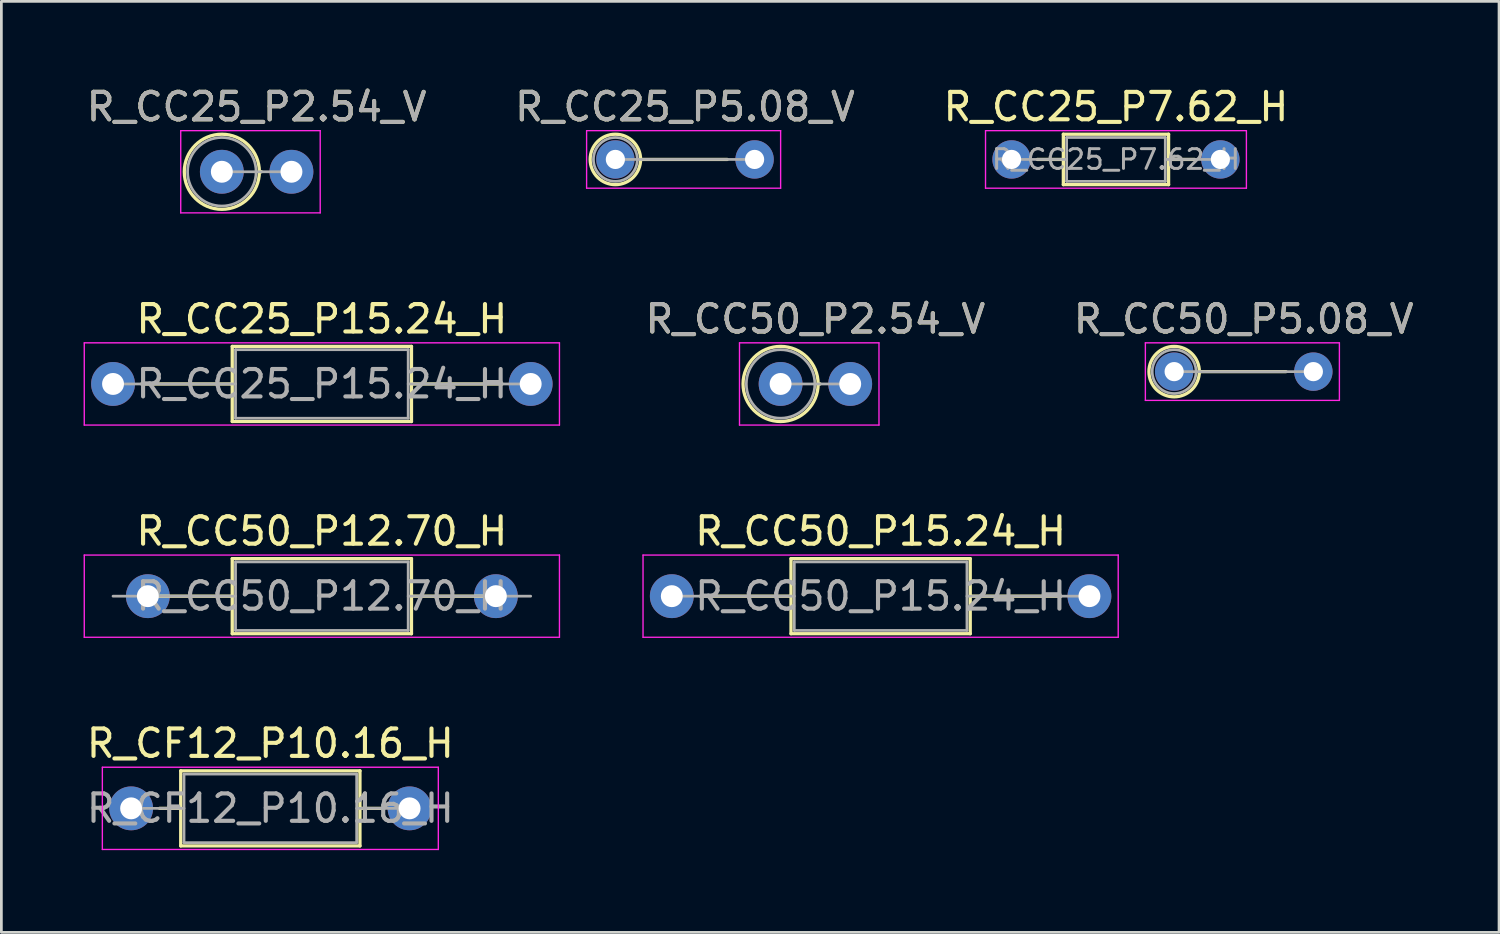
<source format=kicad_pcb>
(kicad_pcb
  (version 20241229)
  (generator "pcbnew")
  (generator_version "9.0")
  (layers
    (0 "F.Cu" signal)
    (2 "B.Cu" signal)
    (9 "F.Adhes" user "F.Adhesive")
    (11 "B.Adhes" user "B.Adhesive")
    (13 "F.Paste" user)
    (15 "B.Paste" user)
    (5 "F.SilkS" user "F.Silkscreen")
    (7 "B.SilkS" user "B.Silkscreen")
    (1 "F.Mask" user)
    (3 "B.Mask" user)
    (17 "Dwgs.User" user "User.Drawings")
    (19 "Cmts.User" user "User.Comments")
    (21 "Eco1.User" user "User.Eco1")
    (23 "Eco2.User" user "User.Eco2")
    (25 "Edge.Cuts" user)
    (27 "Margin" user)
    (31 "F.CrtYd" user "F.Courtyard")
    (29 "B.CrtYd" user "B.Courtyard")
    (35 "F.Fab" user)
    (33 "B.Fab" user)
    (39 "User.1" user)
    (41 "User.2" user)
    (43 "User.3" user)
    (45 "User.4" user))
  (footprint "R_CC25_P5.08_V"
    (layer "F.Cu")
    (at 21.946 2.768)
    (property "Reference" "R_CC25_P5.08_V" (at 0 -1.92 0) (layer "F.SilkS") (effects (font (size 1 1) (thickness 0.15))))
    (attr through_hole)
    (fp_line (start -1.62 0) (end 1.54 0) (stroke (width 0.12) (type solid)) (layer "F.SilkS"))
    (fp_circle (center -2.54 0) (end -1.62 0) (stroke (width 0.12) (type solid)) (fill no) (layer "F.SilkS"))
    (fp_line (start -3.59 -1.05) (end -3.59 1.05) (stroke (width 0.05) (type solid)) (layer "F.CrtYd"))
    (fp_line (start -3.59 1.05) (end 3.49 1.05) (stroke (width 0.05) (type solid)) (layer "F.CrtYd"))
    (fp_line (start 3.49 -1.05) (end -3.59 -1.05) (stroke (width 0.05) (type solid)) (layer "F.CrtYd"))
    (fp_line (start 3.49 1.05) (end 3.49 -1.05) (stroke (width 0.05) (type solid)) (layer "F.CrtYd"))
    (fp_line (start -2.54 0) (end 2.54 0) (stroke (width 0.1) (type solid)) (layer "F.Fab"))
    (fp_circle (center -2.54 0) (end -1.74 0) (stroke (width 0.1) (type solid)) (fill no) (layer "F.Fab"))
    (fp_text user "${REFERENCE}" (at 0 -1.92 0) (layer "F.Fab") (effects (font (size 1 1) (thickness 0.15))))
    (pad "1" thru_hole circle (at -2.54 0) (size 1.4 1.4) (drill 0.7) (layers "*.Cu" "*.Mask"))
    (pad "2" thru_hole oval (at 2.54 0) (size 1.4 1.4) (drill 0.7) (layers "*.Cu" "*.Mask")))
  (footprint "R_CC50_P2.54_V"
    (layer "F.Cu")
    (at 26.705 10.961)
    (property "Reference" "R_CC50_P2.54_V" (at 0 -2.37 0) (layer "F.SilkS") (effects (font (size 1 1) (thickness 0.15))))
    (attr through_hole)
    (fp_line (start 0.1 0) (end 0.17 0) (stroke (width 0.12) (type solid)) (layer "F.SilkS"))
    (fp_circle (center -1.27 0) (end 0.1 0) (stroke (width 0.12) (type solid)) (fill no) (layer "F.SilkS"))
    (fp_line (start -2.77 -1.5) (end -2.77 1.5) (stroke (width 0.05) (type solid)) (layer "F.CrtYd"))
    (fp_line (start -2.77 1.5) (end 2.32 1.5) (stroke (width 0.05) (type solid)) (layer "F.CrtYd"))
    (fp_line (start 2.32 -1.5) (end -2.77 -1.5) (stroke (width 0.05) (type solid)) (layer "F.CrtYd"))
    (fp_line (start 2.32 1.5) (end 2.32 -1.5) (stroke (width 0.05) (type solid)) (layer "F.CrtYd"))
    (fp_line (start -1.27 0) (end 1.27 0) (stroke (width 0.1) (type solid)) (layer "F.Fab"))
    (fp_circle (center -1.27 0) (end -0.02 0) (stroke (width 0.1) (type solid)) (fill no) (layer "F.Fab"))
    (fp_text user "${REFERENCE}" (at 0 -2.37 0) (layer "F.Fab") (effects (font (size 1 1) (thickness 0.15))))
    (pad "1" thru_hole circle (at -1.27 0) (size 1.6 1.6) (drill 0.8) (layers "*.Cu" "*.Mask"))
    (pad "2" thru_hole oval (at 1.27 0) (size 1.6 1.6) (drill 0.8) (layers "*.Cu" "*.Mask")))
  (footprint "R_CC50_P5.08_V"
    (layer "F.Cu")
    (at 42.336 10.511)
    (property "Reference" "R_CC50_P5.08_V" (at 0 -1.92 0) (layer "F.SilkS") (effects (font (size 1 1) (thickness 0.15))))
    (attr through_hole)
    (fp_line (start -1.62 0) (end 1.54 0) (stroke (width 0.12) (type solid)) (layer "F.SilkS"))
    (fp_circle (center -2.54 0) (end -1.62 0) (stroke (width 0.12) (type solid)) (fill no) (layer "F.SilkS"))
    (fp_line (start -3.59 -1.05) (end -3.59 1.05) (stroke (width 0.05) (type solid)) (layer "F.CrtYd"))
    (fp_line (start -3.59 1.05) (end 3.49 1.05) (stroke (width 0.05) (type solid)) (layer "F.CrtYd"))
    (fp_line (start 3.49 -1.05) (end -3.59 -1.05) (stroke (width 0.05) (type solid)) (layer "F.CrtYd"))
    (fp_line (start 3.49 1.05) (end 3.49 -1.05) (stroke (width 0.05) (type solid)) (layer "F.CrtYd"))
    (fp_line (start -2.54 0) (end 2.54 0) (stroke (width 0.1) (type solid)) (layer "F.Fab"))
    (fp_circle (center -2.54 0) (end -1.74 0) (stroke (width 0.1) (type solid)) (fill no) (layer "F.Fab"))
    (fp_text user "${REFERENCE}" (at 0 -1.92 0) (layer "F.Fab") (effects (font (size 1 1) (thickness 0.15))))
    (pad "1" thru_hole circle (at -2.54 0) (size 1.4 1.4) (drill 0.7) (layers "*.Cu" "*.Mask"))
    (pad "2" thru_hole oval (at 2.54 0) (size 1.4 1.4) (drill 0.7) (layers "*.Cu" "*.Mask")))
  (footprint "R_CC25_P15.24_H"
    (layer "F.Cu")
    (at 8.695 10.961)
    (property "Reference" "R_CC25_P15.24_H" (at 0 -2.37 0) (layer "F.SilkS") (effects (font (size 1 1) (thickness 0.15))))
    (attr through_hole)
    (fp_line (start -6.58 0) (end -3.27 0) (stroke (width 0.12) (type solid)) (layer "F.SilkS"))
    (fp_line (start -3.27 -1.37) (end -3.27 1.37) (stroke (width 0.12) (type solid)) (layer "F.SilkS"))
    (fp_line (start -3.27 1.37) (end 3.27 1.37) (stroke (width 0.12) (type solid)) (layer "F.SilkS"))
    (fp_line (start 3.27 -1.37) (end -3.27 -1.37) (stroke (width 0.12) (type solid)) (layer "F.SilkS"))
    (fp_line (start 3.27 1.37) (end 3.27 -1.37) (stroke (width 0.12) (type solid)) (layer "F.SilkS"))
    (fp_line (start 6.58 0) (end 3.27 0) (stroke (width 0.12) (type solid)) (layer "F.SilkS"))
    (fp_line (start -8.67 -1.5) (end -8.67 1.5) (stroke (width 0.05) (type solid)) (layer "F.CrtYd"))
    (fp_line (start -8.67 1.5) (end 8.67 1.5) (stroke (width 0.05) (type solid)) (layer "F.CrtYd"))
    (fp_line (start 8.67 -1.5) (end -8.67 -1.5) (stroke (width 0.05) (type solid)) (layer "F.CrtYd"))
    (fp_line (start 8.67 1.5) (end 8.67 -1.5) (stroke (width 0.05) (type solid)) (layer "F.CrtYd"))
    (fp_line (start -7.62 0) (end -3.15 0) (stroke (width 0.1) (type solid)) (layer "F.Fab"))
    (fp_line (start -3.15 -1.25) (end -3.15 1.25) (stroke (width 0.1) (type solid)) (layer "F.Fab"))
    (fp_line (start -3.15 1.25) (end 3.15 1.25) (stroke (width 0.1) (type solid)) (layer "F.Fab"))
    (fp_line (start 3.15 -1.25) (end -3.15 -1.25) (stroke (width 0.1) (type solid)) (layer "F.Fab"))
    (fp_line (start 3.15 1.25) (end 3.15 -1.25) (stroke (width 0.1) (type solid)) (layer "F.Fab"))
    (fp_line (start 7.62 0) (end 3.15 0) (stroke (width 0.1) (type solid)) (layer "F.Fab"))
    (fp_text user "${REFERENCE}" (at 0 0 0) (layer "F.Fab") (effects (font (size 1 1) (thickness 0.15))))
    (pad "1" thru_hole circle (at -7.62 0) (size 1.6 1.6) (drill 0.8) (layers "*.Cu" "*.Mask"))
    (pad "2" thru_hole oval (at 7.62 0) (size 1.6 1.6) (drill 0.8) (layers "*.Cu" "*.Mask")))
  (footprint "R_CC50_P12.70_H"
    (layer "F.Cu")
    (at 8.695 18.705)
    (property "Reference" "R_CC50_P12.70_H" (at 0 -2.37 0) (layer "F.SilkS") (effects (font (size 1 1) (thickness 0.15))))
    (attr through_hole)
    (fp_line (start -6.58 0) (end -3.27 0) (stroke (width 0.12) (type solid)) (layer "F.SilkS"))
    (fp_line (start -3.27 -1.37) (end -3.27 1.37) (stroke (width 0.12) (type solid)) (layer "F.SilkS"))
    (fp_line (start -3.27 1.37) (end 3.27 1.37) (stroke (width 0.12) (type solid)) (layer "F.SilkS"))
    (fp_line (start 3.27 -1.37) (end -3.27 -1.37) (stroke (width 0.12) (type solid)) (layer "F.SilkS"))
    (fp_line (start 3.27 1.37) (end 3.27 -1.37) (stroke (width 0.12) (type solid)) (layer "F.SilkS"))
    (fp_line (start 6.58 0) (end 3.27 0) (stroke (width 0.12) (type solid)) (layer "F.SilkS"))
    (fp_line (start -8.67 -1.5) (end -8.67 1.5) (stroke (width 0.05) (type solid)) (layer "F.CrtYd"))
    (fp_line (start -8.67 1.5) (end 8.67 1.5) (stroke (width 0.05) (type solid)) (layer "F.CrtYd"))
    (fp_line (start 8.67 -1.5) (end -8.67 -1.5) (stroke (width 0.05) (type solid)) (layer "F.CrtYd"))
    (fp_line (start 8.67 1.5) (end 8.67 -1.5) (stroke (width 0.05) (type solid)) (layer "F.CrtYd"))
    (fp_line (start -7.62 0) (end -3.15 0) (stroke (width 0.1) (type solid)) (layer "F.Fab"))
    (fp_line (start -3.15 -1.25) (end -3.15 1.25) (stroke (width 0.1) (type solid)) (layer "F.Fab"))
    (fp_line (start -3.15 1.25) (end 3.15 1.25) (stroke (width 0.1) (type solid)) (layer "F.Fab"))
    (fp_line (start 3.15 -1.25) (end -3.15 -1.25) (stroke (width 0.1) (type solid)) (layer "F.Fab"))
    (fp_line (start 3.15 1.25) (end 3.15 -1.25) (stroke (width 0.1) (type solid)) (layer "F.Fab"))
    (fp_line (start 7.62 0) (end 3.15 0) (stroke (width 0.1) (type solid)) (layer "F.Fab"))
    (fp_text user "${REFERENCE}" (at 0 0 0) (layer "F.Fab") (effects (font (size 1 1) (thickness 0.15))))
    (pad "1" thru_hole circle (at -6.35 0) (size 1.6 1.6) (drill 0.8) (layers "*.Cu" "*.Mask"))
    (pad "2" thru_hole oval (at 6.35 0) (size 1.6 1.6) (drill 0.8) (layers "*.Cu" "*.Mask")))
  (footprint "R_CC50_P15.24_H"
    (layer "F.Cu")
    (at 29.085 18.705)
    (property "Reference" "R_CC50_P15.24_H" (at 0 -2.37 0) (layer "F.SilkS") (effects (font (size 1 1) (thickness 0.15))))
    (attr through_hole)
    (fp_line (start -6.58 0) (end -3.27 0) (stroke (width 0.12) (type solid)) (layer "F.SilkS"))
    (fp_line (start -3.27 -1.37) (end -3.27 1.37) (stroke (width 0.12) (type solid)) (layer "F.SilkS"))
    (fp_line (start -3.27 1.37) (end 3.27 1.37) (stroke (width 0.12) (type solid)) (layer "F.SilkS"))
    (fp_line (start 3.27 -1.37) (end -3.27 -1.37) (stroke (width 0.12) (type solid)) (layer "F.SilkS"))
    (fp_line (start 3.27 1.37) (end 3.27 -1.37) (stroke (width 0.12) (type solid)) (layer "F.SilkS"))
    (fp_line (start 6.58 0) (end 3.27 0) (stroke (width 0.12) (type solid)) (layer "F.SilkS"))
    (fp_line (start -8.67 -1.5) (end -8.67 1.5) (stroke (width 0.05) (type solid)) (layer "F.CrtYd"))
    (fp_line (start -8.67 1.5) (end 8.67 1.5) (stroke (width 0.05) (type solid)) (layer "F.CrtYd"))
    (fp_line (start 8.67 -1.5) (end -8.67 -1.5) (stroke (width 0.05) (type solid)) (layer "F.CrtYd"))
    (fp_line (start 8.67 1.5) (end 8.67 -1.5) (stroke (width 0.05) (type solid)) (layer "F.CrtYd"))
    (fp_line (start -7.62 0) (end -3.15 0) (stroke (width 0.1) (type solid)) (layer "F.Fab"))
    (fp_line (start -3.15 -1.25) (end -3.15 1.25) (stroke (width 0.1) (type solid)) (layer "F.Fab"))
    (fp_line (start -3.15 1.25) (end 3.15 1.25) (stroke (width 0.1) (type solid)) (layer "F.Fab"))
    (fp_line (start 3.15 -1.25) (end -3.15 -1.25) (stroke (width 0.1) (type solid)) (layer "F.Fab"))
    (fp_line (start 3.15 1.25) (end 3.15 -1.25) (stroke (width 0.1) (type solid)) (layer "F.Fab"))
    (fp_line (start 7.62 0) (end 3.15 0) (stroke (width 0.1) (type solid)) (layer "F.Fab"))
    (fp_text user "${REFERENCE}" (at 0 0 0) (layer "F.Fab") (effects (font (size 1 1) (thickness 0.15))))
    (pad "1" thru_hole circle (at -7.62 0) (size 1.6 1.6) (drill 0.8) (layers "*.Cu" "*.Mask"))
    (pad "2" thru_hole oval (at 7.62 0) (size 1.6 1.6) (drill 0.8) (layers "*.Cu" "*.Mask")))
  (footprint "R_CC25_P2.54_V"
    (layer "F.Cu")
    (at 6.315 3.218)
    (property "Reference" "R_CC25_P2.54_V" (at 0 -2.37 0) (layer "F.SilkS") (effects (font (size 1 1) (thickness 0.15))))
    (attr through_hole)
    (fp_line (start 0.1 0) (end 0.17 0) (stroke (width 0.12) (type solid)) (layer "F.SilkS"))
    (fp_circle (center -1.27 0) (end 0.1 0) (stroke (width 0.12) (type solid)) (fill no) (layer "F.SilkS"))
    (fp_line (start -2.77 -1.5) (end -2.77 1.5) (stroke (width 0.05) (type solid)) (layer "F.CrtYd"))
    (fp_line (start -2.77 1.5) (end 2.32 1.5) (stroke (width 0.05) (type solid)) (layer "F.CrtYd"))
    (fp_line (start 2.32 -1.5) (end -2.77 -1.5) (stroke (width 0.05) (type solid)) (layer "F.CrtYd"))
    (fp_line (start 2.32 1.5) (end 2.32 -1.5) (stroke (width 0.05) (type solid)) (layer "F.CrtYd"))
    (fp_line (start -1.27 0) (end 1.27 0) (stroke (width 0.1) (type solid)) (layer "F.Fab"))
    (fp_circle (center -1.27 0) (end -0.02 0) (stroke (width 0.1) (type solid)) (fill no) (layer "F.Fab"))
    (fp_text user "${REFERENCE}" (at 0 -2.37 0) (layer "F.Fab") (effects (font (size 1 1) (thickness 0.15))))
    (pad "1" thru_hole circle (at -1.27 0) (size 1.6 1.6) (drill 0.8) (layers "*.Cu" "*.Mask"))
    (pad "2" thru_hole oval (at 1.27 0) (size 1.6 1.6) (drill 0.8) (layers "*.Cu" "*.Mask")))
  (footprint "R_CC25_P7.62_H"
    (layer "F.Cu")
    (at 37.673 2.768)
    (property "Reference" "R_CC25_P7.62_H" (at 0 -1.92 0) (layer "F.SilkS") (effects (font (size 1 1) (thickness 0.15))))
    (attr through_hole)
    (fp_line (start -2.87 0) (end -1.92 0) (stroke (width 0.12) (type solid)) (layer "F.SilkS"))
    (fp_line (start -1.92 -0.92) (end -1.92 0.92) (stroke (width 0.12) (type solid)) (layer "F.SilkS"))
    (fp_line (start -1.92 0.92) (end 1.92 0.92) (stroke (width 0.12) (type solid)) (layer "F.SilkS"))
    (fp_line (start 1.92 -0.92) (end -1.92 -0.92) (stroke (width 0.12) (type solid)) (layer "F.SilkS"))
    (fp_line (start 1.92 0.92) (end 1.92 -0.92) (stroke (width 0.12) (type solid)) (layer "F.SilkS"))
    (fp_line (start 2.87 0) (end 1.92 0) (stroke (width 0.12) (type solid)) (layer "F.SilkS"))
    (fp_line (start -4.76 -1.05) (end -4.76 1.05) (stroke (width 0.05) (type solid)) (layer "F.CrtYd"))
    (fp_line (start -4.76 1.05) (end 4.76 1.05) (stroke (width 0.05) (type solid)) (layer "F.CrtYd"))
    (fp_line (start 4.76 -1.05) (end -4.76 -1.05) (stroke (width 0.05) (type solid)) (layer "F.CrtYd"))
    (fp_line (start 4.76 1.05) (end 4.76 -1.05) (stroke (width 0.05) (type solid)) (layer "F.CrtYd"))
    (fp_line (start -3.81 0) (end -1.8 0) (stroke (width 0.1) (type solid)) (layer "F.Fab"))
    (fp_line (start -1.8 -0.8) (end -1.8 0.8) (stroke (width 0.1) (type solid)) (layer "F.Fab"))
    (fp_line (start -1.8 0.8) (end 1.8 0.8) (stroke (width 0.1) (type solid)) (layer "F.Fab"))
    (fp_line (start 1.8 -0.8) (end -1.8 -0.8) (stroke (width 0.1) (type solid)) (layer "F.Fab"))
    (fp_line (start 1.8 0.8) (end 1.8 -0.8) (stroke (width 0.1) (type solid)) (layer "F.Fab"))
    (fp_line (start 3.81 0) (end 1.8 0) (stroke (width 0.1) (type solid)) (layer "F.Fab"))
    (fp_text user "${REFERENCE}" (at 0 0 0) (layer "F.Fab") (effects (font (size 0.72 0.72) (thickness 0.108))))
    (pad "1" thru_hole circle (at -3.81 0) (size 1.4 1.4) (drill 0.7) (layers "*.Cu" "*.Mask"))
    (pad "2" thru_hole oval (at 3.81 0) (size 1.4 1.4) (drill 0.7) (layers "*.Cu" "*.Mask")))
  (footprint "R_CF12_P10.16_H"
    (layer "F.Cu")
    (at 6.815 26.448)
    (property "Reference" "R_CF12_P10.16_H" (at 0 -2.37 0) (layer "F.SilkS") (effects (font (size 1 1) (thickness 0.15))))
    (attr through_hole)
    (fp_line (start -4.04 0) (end -3.27 0) (stroke (width 0.12) (type solid)) (layer "F.SilkS"))
    (fp_line (start -3.27 -1.37) (end -3.27 1.37) (stroke (width 0.12) (type solid)) (layer "F.SilkS"))
    (fp_line (start -3.27 1.37) (end 3.27 1.37) (stroke (width 0.12) (type solid)) (layer "F.SilkS"))
    (fp_line (start 3.27 -1.37) (end -3.27 -1.37) (stroke (width 0.12) (type solid)) (layer "F.SilkS"))
    (fp_line (start 3.27 1.37) (end 3.27 -1.37) (stroke (width 0.12) (type solid)) (layer "F.SilkS"))
    (fp_line (start 4.04 0) (end 3.27 0) (stroke (width 0.12) (type solid)) (layer "F.SilkS"))
    (fp_line (start -6.13 -1.5) (end -6.13 1.5) (stroke (width 0.05) (type solid)) (layer "F.CrtYd"))
    (fp_line (start -6.13 1.5) (end 6.13 1.5) (stroke (width 0.05) (type solid)) (layer "F.CrtYd"))
    (fp_line (start 6.13 -1.5) (end -6.13 -1.5) (stroke (width 0.05) (type solid)) (layer "F.CrtYd"))
    (fp_line (start 6.13 1.5) (end 6.13 -1.5) (stroke (width 0.05) (type solid)) (layer "F.CrtYd"))
    (fp_line (start -5.08 0) (end -3.15 0) (stroke (width 0.1) (type solid)) (layer "F.Fab"))
    (fp_line (start -3.15 -1.25) (end -3.15 1.25) (stroke (width 0.1) (type solid)) (layer "F.Fab"))
    (fp_line (start -3.15 1.25) (end 3.15 1.25) (stroke (width 0.1) (type solid)) (layer "F.Fab"))
    (fp_line (start 3.15 -1.25) (end -3.15 -1.25) (stroke (width 0.1) (type solid)) (layer "F.Fab"))
    (fp_line (start 3.15 1.25) (end 3.15 -1.25) (stroke (width 0.1) (type solid)) (layer "F.Fab"))
    (fp_line (start 5.08 0) (end 3.15 0) (stroke (width 0.1) (type solid)) (layer "F.Fab"))
    (fp_text user "${REFERENCE}" (at 0 0 0) (layer "F.Fab") (effects (font (size 1 1) (thickness 0.15))))
    (pad "1" thru_hole circle (at -5.08 0) (size 1.6 1.6) (drill 0.8) (layers "*.Cu" "*.Mask"))
    (pad "2" thru_hole oval (at 5.08 0) (size 1.6 1.6) (drill 0.8) (layers "*.Cu" "*.Mask")))
  (gr_rect
    (start -3 -3)
    (end 51.652 30.973)
    (stroke (width 0.1) (type default))
    (fill no)
    (layer "Edge.Cuts")))
</source>
